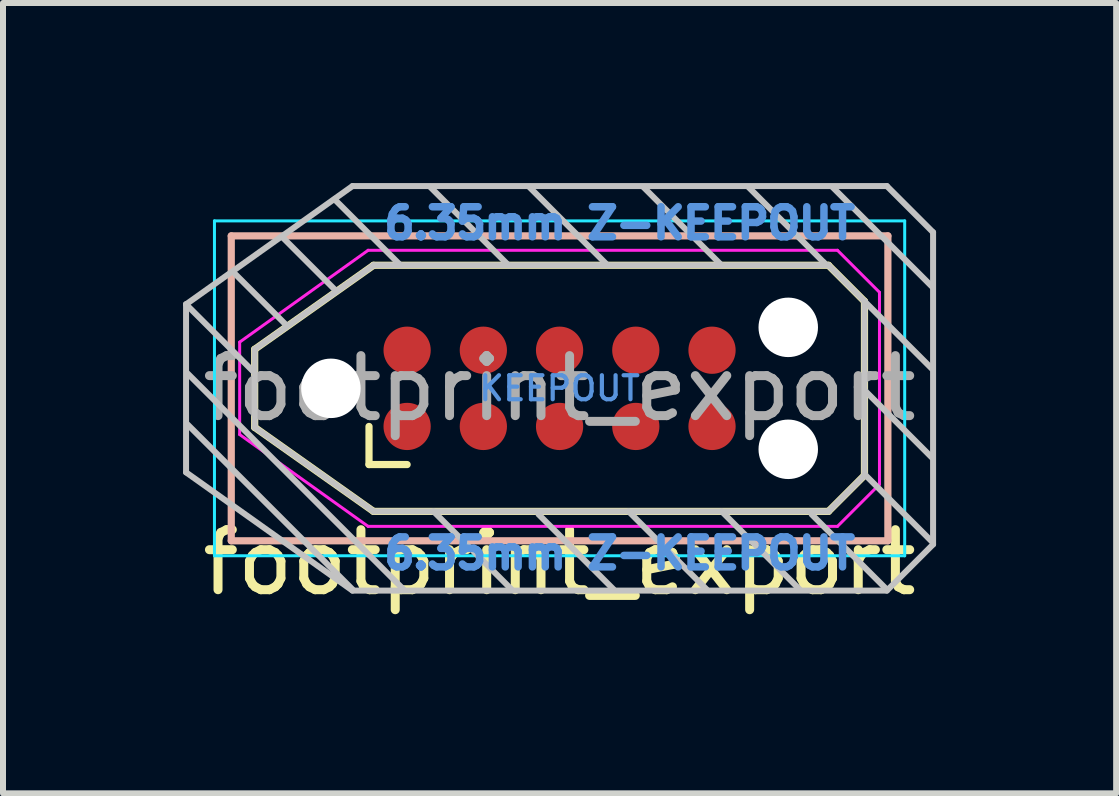
<source format=kicad_pcb>
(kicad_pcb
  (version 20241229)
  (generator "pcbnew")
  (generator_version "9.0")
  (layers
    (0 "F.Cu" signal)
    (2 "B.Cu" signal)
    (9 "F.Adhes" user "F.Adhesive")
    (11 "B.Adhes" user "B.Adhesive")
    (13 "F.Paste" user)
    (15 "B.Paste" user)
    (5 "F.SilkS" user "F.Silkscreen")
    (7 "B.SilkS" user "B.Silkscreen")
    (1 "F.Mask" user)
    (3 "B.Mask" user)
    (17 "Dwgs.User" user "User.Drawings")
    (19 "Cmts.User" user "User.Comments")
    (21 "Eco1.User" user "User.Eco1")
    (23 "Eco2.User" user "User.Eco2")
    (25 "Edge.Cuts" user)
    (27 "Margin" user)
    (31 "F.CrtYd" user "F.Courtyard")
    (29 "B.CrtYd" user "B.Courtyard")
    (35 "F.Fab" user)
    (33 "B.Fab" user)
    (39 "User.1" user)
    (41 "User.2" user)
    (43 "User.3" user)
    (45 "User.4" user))
  (footprint "footprint_export"
    (layer "F.Cu")
    (at 6.273 3.42)
    (property "Reference" "footprint_export" (at 0 2.9 0) (layer "F.SilkS") (effects (font (size 1 1) (thickness 0.15))))
    (attr exclude_from_pos_files exclude_from_bom)
    (fp_line (start -5.08 -0.65) (end -3.1 -2.05) (stroke (width 0.12) (type solid)) (layer "F.SilkS"))
    (fp_line (start -5.08 0.65) (end -5.08 -0.65) (stroke (width 0.12) (type solid)) (layer "F.SilkS"))
    (fp_line (start -3.175 1.27) (end -3.175 0.635) (stroke (width 0.12) (type solid)) (layer "F.SilkS"))
    (fp_line (start -3.1 -2.05) (end 4.48 -2.05) (stroke (width 0.12) (type solid)) (layer "F.SilkS"))
    (fp_line (start -3.1 2.05) (end -5.08 0.65) (stroke (width 0.12) (type solid)) (layer "F.SilkS"))
    (fp_line (start -2.54 1.27) (end -3.175 1.27) (stroke (width 0.12) (type solid)) (layer "F.SilkS"))
    (fp_line (start 4.48 -2.05) (end 5.08 -1.45) (stroke (width 0.12) (type solid)) (layer "F.SilkS"))
    (fp_line (start 4.48 2.05) (end -3.1 2.05) (stroke (width 0.12) (type solid)) (layer "F.SilkS"))
    (fp_line (start 4.48 2.05) (end 5.08 1.45) (stroke (width 0.12) (type solid)) (layer "F.SilkS"))
    (fp_line (start 5.08 -1.45) (end 5.08 1.45) (stroke (width 0.12) (type solid)) (layer "F.SilkS"))
    (fp_line (start -5.47 -2.54) (end 5.47 -2.54) (stroke (width 0.12) (type solid)) (layer "B.SilkS"))
    (fp_line (start -5.47 2.54) (end -5.47 -2.54) (stroke (width 0.12) (type solid)) (layer "B.SilkS"))
    (fp_line (start 5.47 -2.54) (end 5.47 2.54) (stroke (width 0.12) (type solid)) (layer "B.SilkS"))
    (fp_line (start 5.47 2.54) (end -5.47 2.54) (stroke (width 0.12) (type solid)) (layer "B.SilkS"))
    (fp_line (start -6.223 -1.4) (end -5.1 -0.277) (stroke (width 0.1) (type solid)) (layer "Dwgs.User"))
    (fp_line (start -6.223 -1.4) (end -3.45 -3.37) (stroke (width 0.1) (type solid)) (layer "Dwgs.User"))
    (fp_line (start -6.223 1.4) (end -6.223 -1.4) (stroke (width 0.1) (type solid)) (layer "Dwgs.User"))
    (fp_line (start -6.223 1.4) (end -3.45 3.37) (stroke (width 0.1) (type solid)) (layer "Dwgs.User"))
    (fp_line (start -6.2 -0.25) (end -2.6 3.35) (stroke (width 0.1) (type solid)) (layer "Dwgs.User"))
    (fp_line (start -6.2 0.6) (end -3.45 3.35) (stroke (width 0.1) (type solid)) (layer "Dwgs.User"))
    (fp_line (start -5.4 -1.9) (end -4.55 -1.05) (stroke (width 0.1) (type solid)) (layer "Dwgs.User"))
    (fp_line (start -5.08 -0.65) (end -3.1 -2.05) (stroke (width 0.1) (type solid)) (layer "Dwgs.User"))
    (fp_line (start -5.08 0.65) (end -5.08 -0.65) (stroke (width 0.1) (type solid)) (layer "Dwgs.User"))
    (fp_line (start -4.6 -2.5) (end -3.75 -1.65) (stroke (width 0.1) (type solid)) (layer "Dwgs.User"))
    (fp_line (start -3.75 -3.15) (end -2.65 -2.05) (stroke (width 0.1) (type solid)) (layer "Dwgs.User"))
    (fp_line (start -3.45 -3.37) (end 5.453 -3.37) (stroke (width 0.1) (type solid)) (layer "Dwgs.User"))
    (fp_line (start -3.1 -2.05) (end 4.48 -2.05) (stroke (width 0.1) (type solid)) (layer "Dwgs.User"))
    (fp_line (start -3.1 2.05) (end -5.08 0.65) (stroke (width 0.1) (type solid)) (layer "Dwgs.User"))
    (fp_line (start -2.15 -3.35) (end -0.85 -2.05) (stroke (width 0.1) (type solid)) (layer "Dwgs.User"))
    (fp_line (start -2.1 2.05) (end -0.8 3.35) (stroke (width 0.1) (type solid)) (layer "Dwgs.User"))
    (fp_line (start -0.5 -3.35) (end 0.8 -2.05) (stroke (width 0.1) (type solid)) (layer "Dwgs.User"))
    (fp_line (start -0.35 2.1) (end 0.9 3.35) (stroke (width 0.1) (type solid)) (layer "Dwgs.User"))
    (fp_line (start 1.15 2.05) (end 2.45 3.35) (stroke (width 0.1) (type solid)) (layer "Dwgs.User"))
    (fp_line (start 1.4 -3.35) (end 2.7 -2.05) (stroke (width 0.1) (type solid)) (layer "Dwgs.User"))
    (fp_line (start 2.7 2.05) (end 4 3.35) (stroke (width 0.1) (type solid)) (layer "Dwgs.User"))
    (fp_line (start 3.15 -3.35) (end 4.4 -2.1) (stroke (width 0.1) (type solid)) (layer "Dwgs.User"))
    (fp_line (start 4.2 2.1) (end 5.45 3.35) (stroke (width 0.1) (type solid)) (layer "Dwgs.User"))
    (fp_line (start 4.4 -2.1) (end 4.45 -2.05) (stroke (width 0.1) (type solid)) (layer "Dwgs.User"))
    (fp_line (start 4.48 -2.05) (end 5.08 -1.45) (stroke (width 0.1) (type solid)) (layer "Dwgs.User"))
    (fp_line (start 4.48 2.05) (end -3.1 2.05) (stroke (width 0.1) (type solid)) (layer "Dwgs.User"))
    (fp_line (start 4.48 2.05) (end 5.08 1.45) (stroke (width 0.1) (type solid)) (layer "Dwgs.User"))
    (fp_line (start 4.55 -3.35) (end 6.2 -1.7) (stroke (width 0.1) (type solid)) (layer "Dwgs.User"))
    (fp_line (start 5.08 -1.45) (end 5.08 1.45) (stroke (width 0.1) (type solid)) (layer "Dwgs.User"))
    (fp_line (start 5.08 -1.45) (end 6.2 -0.33) (stroke (width 0.1) (type solid)) (layer "Dwgs.User"))
    (fp_line (start 5.1 0.05) (end 6.2 1.15) (stroke (width 0.1) (type solid)) (layer "Dwgs.User"))
    (fp_line (start 5.1 1.45) (end 6.2 2.55) (stroke (width 0.1) (type solid)) (layer "Dwgs.User"))
    (fp_line (start 5.453 -3.37) (end 6.223 -2.6) (stroke (width 0.1) (type solid)) (layer "Dwgs.User"))
    (fp_line (start 5.453 3.37) (end -3.45 3.37) (stroke (width 0.1) (type solid)) (layer "Dwgs.User"))
    (fp_line (start 5.453 3.37) (end 6.223 2.6) (stroke (width 0.1) (type solid)) (layer "Dwgs.User"))
    (fp_line (start 6.223 -2.6) (end 6.223 2.6) (stroke (width 0.1) (type solid)) (layer "Dwgs.User"))
    (fp_line (start -5.75 -2.79) (end 5.75 -2.79) (stroke (width 0.05) (type solid)) (layer "B.CrtYd"))
    (fp_line (start -5.75 2.79) (end -5.75 -2.79) (stroke (width 0.05) (type solid)) (layer "B.CrtYd"))
    (fp_line (start 5.75 -2.79) (end 5.75 2.79) (stroke (width 0.05) (type solid)) (layer "B.CrtYd"))
    (fp_line (start 5.75 2.79) (end -5.75 2.79) (stroke (width 0.05) (type solid)) (layer "B.CrtYd"))
    (fp_line (start -5.33 -0.77) (end -3.19 -2.3) (stroke (width 0.05) (type solid)) (layer "F.CrtYd"))
    (fp_line (start -5.33 0.77) (end -5.33 -0.77) (stroke (width 0.05) (type solid)) (layer "F.CrtYd"))
    (fp_line (start -3.19 -2.3) (end 4.63 -2.3) (stroke (width 0.05) (type solid)) (layer "F.CrtYd"))
    (fp_line (start -3.19 2.3) (end -5.33 0.77) (stroke (width 0.05) (type solid)) (layer "F.CrtYd"))
    (fp_line (start 4.63 -2.3) (end 5.33 -1.6) (stroke (width 0.05) (type solid)) (layer "F.CrtYd"))
    (fp_line (start 4.63 2.3) (end -3.19 2.3) (stroke (width 0.05) (type solid)) (layer "F.CrtYd"))
    (fp_line (start 4.63 2.3) (end 5.33 1.6) (stroke (width 0.05) (type solid)) (layer "F.CrtYd"))
    (fp_line (start 5.33 -1.6) (end 5.33 1.6) (stroke (width 0.05) (type solid)) (layer "F.CrtYd"))
    (fp_text user "6.35mm Z-KEEPOUT" (at 1 2.75 0) (layer "Cmts.User") (effects (font (size 0.5 0.5) (thickness 0.125))))
    (fp_text user "KEEPOUT" (at 0 0 0) (layer "Cmts.User") (effects (font (size 0.4 0.4) (thickness 0.07))))
    (fp_text user "6.35mm Z-KEEPOUT" (at 1 -2.75 0) (layer "Cmts.User") (effects (font (size 0.5 0.5) (thickness 0.125))))
    (fp_text user "${REFERENCE}" (at 0 0 0) (layer "F.Fab") (effects (font (size 1 1) (thickness 0.15))))
    (pad "" np_thru_hole circle (at -3.81 0) (size 0.991 0.991) (drill 0.991) (layers "*.Cu" "*.Mask"))
    (pad "" np_thru_hole circle (at 3.81 -1.016) (size 0.991 0.991) (drill 0.991) (layers "*.Cu" "*.Mask"))
    (pad "" np_thru_hole circle (at 3.81 1.016) (size 0.991 0.991) (drill 0.991) (layers "*.Cu" "*.Mask"))
    (pad "1" connect circle (at -2.54 0.635) (size 0.787 0.787) (layers "F.Cu" "F.Mask"))
    (pad "2" connect circle (at -1.27 0.635) (size 0.787 0.787) (layers "F.Cu" "F.Mask"))
    (pad "3" connect circle (at 0 0.635) (size 0.787 0.787) (layers "F.Cu" "F.Mask"))
    (pad "4" connect circle (at 1.27 0.635) (size 0.787 0.787) (layers "F.Cu" "F.Mask"))
    (pad "5" connect circle (at 2.54 0.635) (size 0.787 0.787) (layers "F.Cu" "F.Mask"))
    (pad "6" connect circle (at 2.54 -0.635) (size 0.787 0.787) (layers "F.Cu" "F.Mask"))
    (pad "7" connect circle (at 1.27 -0.635) (size 0.787 0.787) (layers "F.Cu" "F.Mask"))
    (pad "8" connect circle (at 0 -0.635) (size 0.787 0.787) (layers "F.Cu" "F.Mask"))
    (pad "9" connect circle (at -1.27 -0.635) (size 0.787 0.787) (layers "F.Cu" "F.Mask"))
    (pad "10" connect circle (at -2.54 -0.635) (size 0.787 0.787) (layers "F.Cu" "F.Mask"))
    (zone (net_name "") (layer "F.Cu") (hatch full 0.508) (connect_pads) (min_thickness 0.254) (filled_areas_thickness no) (keepout (tracks allowed) (vias not_allowed) (pads allowed) (copperpour not_allowed) (footprints not_allowed)) (placement (enabled no)) (fill) (polygon (pts (xy 3.733 4.055) (xy 8.813 4.055) (xy 8.813 2.785) (xy 3.733 2.785)))))
  (gr_rect
    (start -3 -3)
    (end 15.546 10.168)
    (stroke (width 0.1) (type default))
    (fill no)
    (layer "Edge.Cuts")))
</source>
